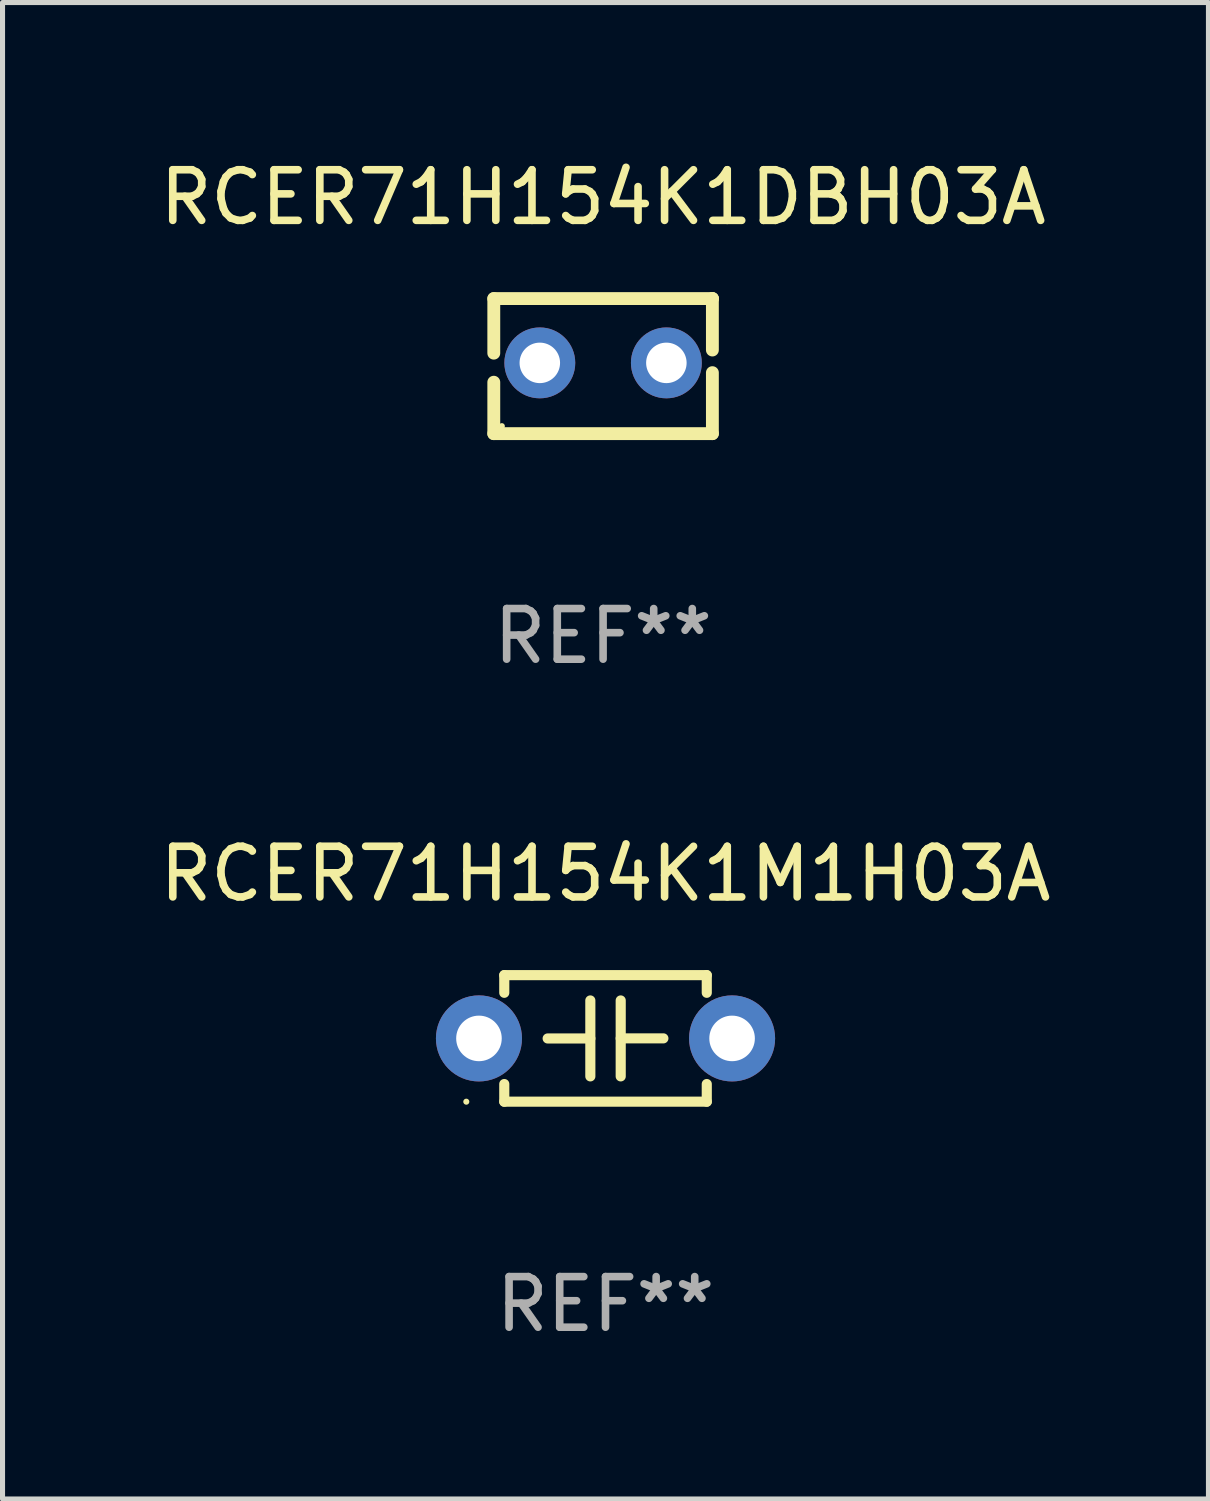
<source format=kicad_pcb>
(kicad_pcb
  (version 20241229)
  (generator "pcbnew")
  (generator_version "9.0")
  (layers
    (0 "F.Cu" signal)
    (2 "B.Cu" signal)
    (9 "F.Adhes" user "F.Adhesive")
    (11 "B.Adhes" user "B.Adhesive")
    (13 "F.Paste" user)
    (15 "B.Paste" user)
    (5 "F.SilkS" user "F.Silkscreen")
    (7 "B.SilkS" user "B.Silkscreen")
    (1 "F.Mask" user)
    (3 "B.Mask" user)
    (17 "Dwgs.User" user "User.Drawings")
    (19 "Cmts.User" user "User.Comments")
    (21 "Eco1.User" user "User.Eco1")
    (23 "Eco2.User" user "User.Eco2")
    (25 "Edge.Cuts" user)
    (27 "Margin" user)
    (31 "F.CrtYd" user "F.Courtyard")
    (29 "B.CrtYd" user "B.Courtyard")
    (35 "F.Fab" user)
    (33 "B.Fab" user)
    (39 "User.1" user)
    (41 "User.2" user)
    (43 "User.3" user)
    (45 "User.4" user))
  (footprint "RCER71H154K1DBH03A"
    (layer "F.Cu")
    (at 8.863 4.182)
    (property "Reference" "RCER71H154K1DBH03A" (at 0 -3.334 0) (layer "F.SilkS") (effects (font (size 1 1) (thickness 0.15))))
    (attr through_hole)
    (fp_line (start -2.159 -1.334) (end 2.159 -1.334) (stroke (width 0.254) (type solid)) (layer "F.SilkS"))
    (fp_line (start -2.159 -0.256) (end -2.159 -1.334) (stroke (width 0.254) (type solid)) (layer "F.SilkS"))
    (fp_line (start -2.159 1.334) (end -2.159 0.318) (stroke (width 0.254) (type solid)) (layer "F.SilkS"))
    (fp_line (start 2.159 -1.334) (end 2.159 -1.334) (stroke (width 0.254) (type solid)) (layer "F.SilkS"))
    (fp_line (start 2.159 -1.334) (end 2.159 -0.318) (stroke (width 0.254) (type solid)) (layer "F.SilkS"))
    (fp_line (start 2.159 0.129) (end 2.159 1.334) (stroke (width 0.254) (type solid)) (layer "F.SilkS"))
    (fp_line (start 2.159 1.334) (end -2.159 1.334) (stroke (width 0.254) (type solid)) (layer "F.SilkS"))
    (fp_circle (center -2 1.186) (end -1.97 1.186) (stroke (width 0.06) (type solid)) (fill no) (layer "F.SilkS"))
    (fp_text user "REF**" (at 0 5.334 0) (layer "F.Fab") (effects (font (size 1 1) (thickness 0.15))))
    (pad "1" thru_hole circle (at -1.25 -0.064) (size 1.4 1.4) (drill 0.8) (layers "*.Cu" "*.Mask"))
    (pad "2" thru_hole circle (at 1.25 -0.064) (size 1.4 1.4) (drill 0.8) (layers "*.Cu" "*.Mask")))
  (footprint "RCER71H154K1M1H03A"
    (layer "F.Cu")
    (at 8.911 17.462)
    (property "Reference" "RCER71H154K1M1H03A" (at 0 -3.25 0) (layer "F.SilkS") (effects (font (size 1 1) (thickness 0.15))))
    (attr through_hole)
    (fp_line (start -2 -1.25) (end -2 -0.901) (stroke (width 0.2) (type solid)) (layer "F.SilkS"))
    (fp_line (start -2 -1.25) (end 2 -1.25) (stroke (width 0.2) (type solid)) (layer "F.SilkS"))
    (fp_line (start -2 0.901) (end -2 1.25) (stroke (width 0.2) (type solid)) (layer "F.SilkS"))
    (fp_line (start -0.3 -0.75) (end -0.3 0.75) (stroke (width 0.2) (type solid)) (layer "F.SilkS"))
    (fp_line (start -0.3 0.001) (end -1.143 0.001) (stroke (width 0.2) (type solid)) (layer "F.SilkS"))
    (fp_line (start 0.3 -0.001) (end 1.143 -0.001) (stroke (width 0.2) (type solid)) (layer "F.SilkS"))
    (fp_line (start 0.3 0.75) (end 0.3 -0.75) (stroke (width 0.2) (type solid)) (layer "F.SilkS"))
    (fp_line (start 2 -1.25) (end 2 -0.901) (stroke (width 0.2) (type solid)) (layer "F.SilkS"))
    (fp_line (start 2 0.901) (end 2 1.25) (stroke (width 0.2) (type solid)) (layer "F.SilkS"))
    (fp_line (start 2 1.25) (end -2 1.25) (stroke (width 0.2) (type solid)) (layer "F.SilkS"))
    (fp_circle (center -2.75 1.25) (end -2.72 1.25) (stroke (width 0.06) (type solid)) (fill no) (layer "F.SilkS"))
    (fp_text user "REF**" (at 0 5.25 0) (layer "F.Fab") (effects (font (size 1 1) (thickness 0.15))))
    (pad "1" thru_hole circle (at -2.5 0) (size 1.7 1.7) (drill 0.9) (layers "*.Cu" "*.Mask"))
    (pad "2" thru_hole circle (at 2.5 0) (size 1.7 1.7) (drill 0.9) (layers "*.Cu" "*.Mask")))
  (gr_rect
    (start -3 -3)
    (end 20.821 26.56)
    (stroke (width 0.1) (type default))
    (fill no)
    (layer "Edge.Cuts")))
</source>
